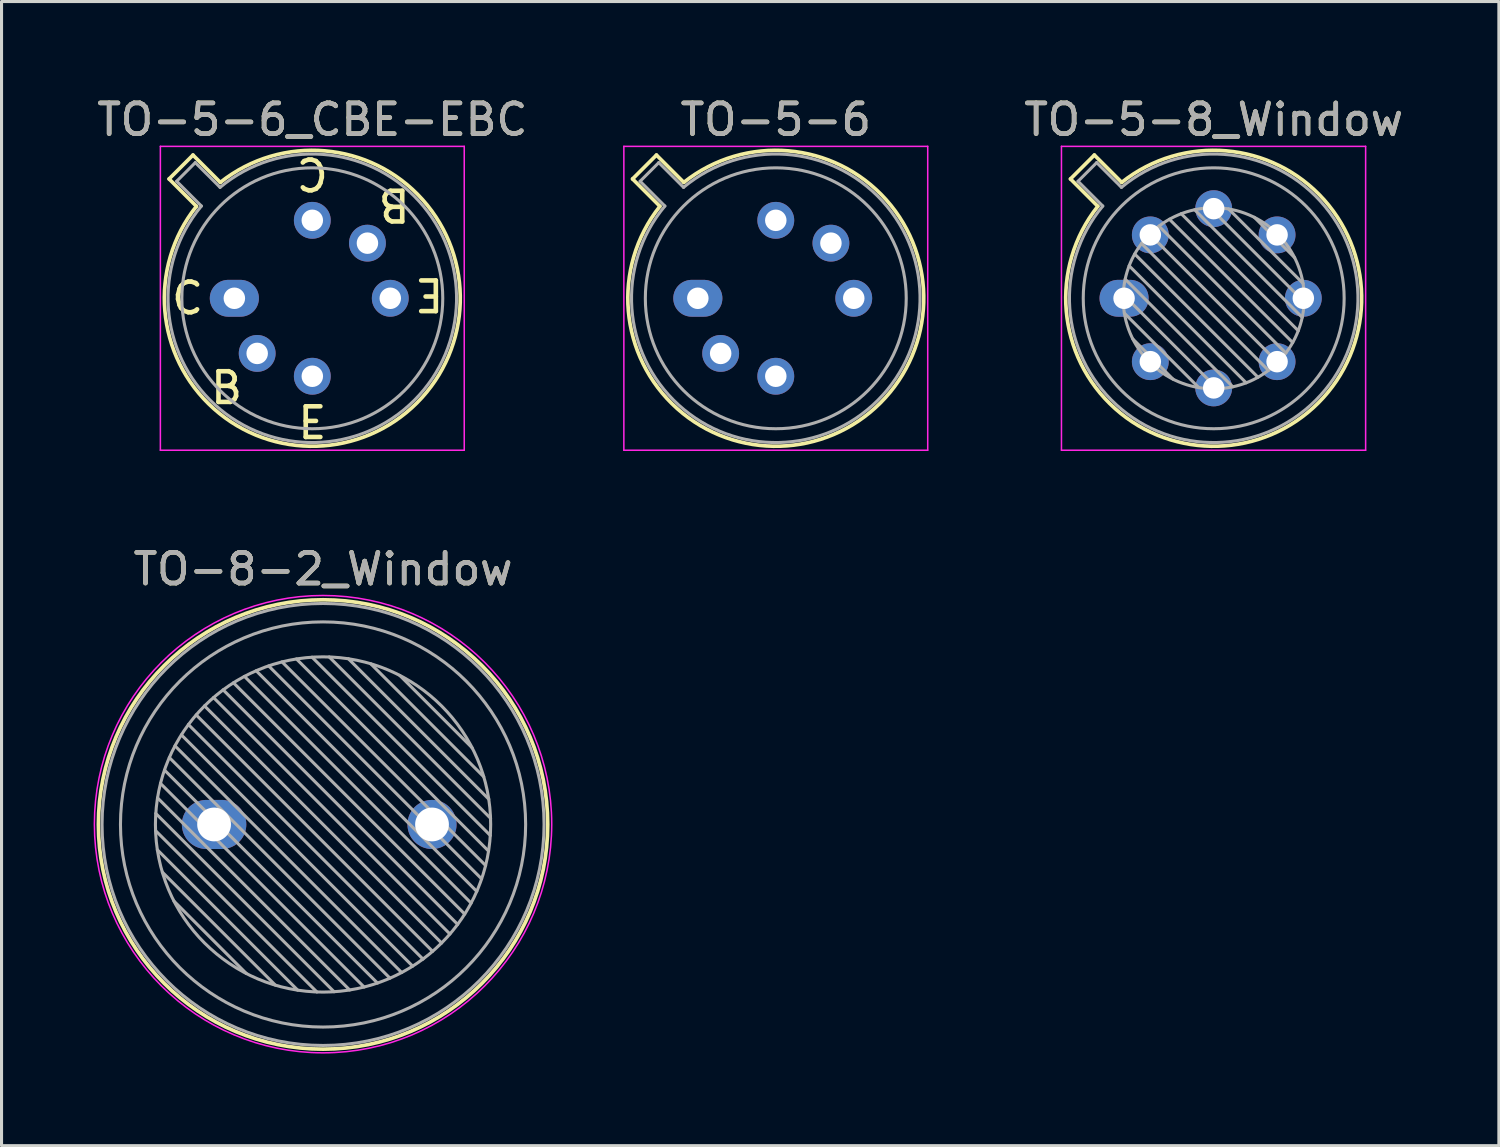
<source format=kicad_pcb>
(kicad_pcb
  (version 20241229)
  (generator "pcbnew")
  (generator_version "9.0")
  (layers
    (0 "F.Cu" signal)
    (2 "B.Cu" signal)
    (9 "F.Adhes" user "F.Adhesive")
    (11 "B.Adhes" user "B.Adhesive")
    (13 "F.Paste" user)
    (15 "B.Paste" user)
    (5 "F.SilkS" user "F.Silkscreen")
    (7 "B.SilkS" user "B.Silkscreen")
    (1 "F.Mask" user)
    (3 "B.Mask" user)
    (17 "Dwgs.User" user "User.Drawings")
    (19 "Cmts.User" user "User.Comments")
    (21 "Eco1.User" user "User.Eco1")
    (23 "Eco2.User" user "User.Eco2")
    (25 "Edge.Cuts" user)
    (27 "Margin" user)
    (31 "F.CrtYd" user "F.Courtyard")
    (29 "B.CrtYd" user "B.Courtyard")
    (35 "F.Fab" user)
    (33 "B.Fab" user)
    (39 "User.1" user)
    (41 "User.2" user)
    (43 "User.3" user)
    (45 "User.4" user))
  (footprint "TO-5-8_Window"
    (layer "F.Cu")
    (at 33.572 6.668)
    (property "Reference" "TO-5-8_Window" (at 2.92 -5.82 0) (layer "F.SilkS") (effects (font (size 1 1) (thickness 0.15))))
    (attr through_hole)
    (fp_line (start -1.746 -3.888) (end -0.855 -2.997) (stroke (width 0.12) (type solid)) (layer "F.SilkS"))
    (fp_line (start -0.968 -4.666) (end -1.746 -3.888) (stroke (width 0.12) (type solid)) (layer "F.SilkS"))
    (fp_line (start -0.077 -3.775) (end -0.968 -4.666) (stroke (width 0.12) (type solid)) (layer "F.SilkS"))
    (fp_arc (start -0.077084 -3.774902) (mid 6.328125 3.408384) (end -0.854674 -2.997371) (stroke (width 0.12) (type solid)) (layer "F.SilkS"))
    (fp_line (start -2.04 -4.95) (end -2.04 4.95) (stroke (width 0.05) (type solid)) (layer "F.CrtYd"))
    (fp_line (start -2.04 4.95) (end 7.87 4.95) (stroke (width 0.05) (type solid)) (layer "F.CrtYd"))
    (fp_line (start 7.87 -4.95) (end -2.04 -4.95) (stroke (width 0.05) (type solid)) (layer "F.CrtYd"))
    (fp_line (start 7.87 4.95) (end 7.87 -4.95) (stroke (width 0.05) (type solid)) (layer "F.CrtYd"))
    (fp_line (start -1.5 -3.812) (end -0.694 -3.005) (stroke (width 0.1) (type solid)) (layer "F.Fab"))
    (fp_line (start -0.892 -4.42) (end -1.5 -3.812) (stroke (width 0.1) (type solid)) (layer "F.Fab"))
    (fp_line (start -0.085 -3.614) (end -0.892 -4.42) (stroke (width 0.1) (type solid)) (layer "F.Fab"))
    (fp_line (start -0.028 -0.12) (end 3.04 2.948) (stroke (width 0.1) (type solid)) (layer "F.Fab"))
    (fp_line (start 0.009 0.485) (end 2.435 2.911) (stroke (width 0.1) (type solid)) (layer "F.Fab"))
    (fp_line (start 0.036 -0.622) (end 3.542 2.884) (stroke (width 0.1) (type solid)) (layer "F.Fab"))
    (fp_line (start 0.165 -1.058) (end 3.978 2.755) (stroke (width 0.1) (type solid)) (layer "F.Fab"))
    (fp_line (start 0.283 1.324) (end 1.596 2.637) (stroke (width 0.1) (type solid)) (layer "F.Fab"))
    (fp_line (start 0.346 -1.443) (end 4.363 2.574) (stroke (width 0.1) (type solid)) (layer "F.Fab"))
    (fp_line (start 0.57 -1.784) (end 4.704 2.35) (stroke (width 0.1) (type solid)) (layer "F.Fab"))
    (fp_line (start 0.834 -2.086) (end 5.006 2.086) (stroke (width 0.1) (type solid)) (layer "F.Fab"))
    (fp_line (start 1.136 -2.35) (end 5.27 1.784) (stroke (width 0.1) (type solid)) (layer "F.Fab"))
    (fp_line (start 1.477 -2.574) (end 5.494 1.443) (stroke (width 0.1) (type solid)) (layer "F.Fab"))
    (fp_line (start 1.862 -2.755) (end 5.675 1.058) (stroke (width 0.1) (type solid)) (layer "F.Fab"))
    (fp_line (start 2.298 -2.884) (end 5.804 0.622) (stroke (width 0.1) (type solid)) (layer "F.Fab"))
    (fp_line (start 2.8 -2.948) (end 5.868 0.12) (stroke (width 0.1) (type solid)) (layer "F.Fab"))
    (fp_line (start 3.405 -2.911) (end 5.831 -0.485) (stroke (width 0.1) (type solid)) (layer "F.Fab"))
    (fp_line (start 4.244 -2.637) (end 5.557 -1.324) (stroke (width 0.1) (type solid)) (layer "F.Fab"))
    (fp_arc (start -0.085408 -3.61352) (mid 6.243443 3.323361) (end -0.693594 -3.005319) (stroke (width 0.1) (type solid)) (layer "F.Fab"))
    (fp_circle (center 2.92 0) (end 5.87 0) (stroke (width 0.1) (type solid)) (fill no) (layer "F.Fab"))
    (fp_circle (center 2.92 0) (end 7.17 0) (stroke (width 0.1) (type solid)) (fill no) (layer "F.Fab"))
    (fp_text user "${REFERENCE}" (at 2.92 -5.82 0) (layer "F.Fab") (effects (font (size 1 1) (thickness 0.15))))
    (pad "1" thru_hole oval (at 0 0) (size 1.6 1.2) (drill 0.7) (layers "*.Cu" "*.Mask"))
    (pad "2" thru_hole oval (at 0.855 2.065) (size 1.2 1.2) (drill 0.7) (layers "*.Cu" "*.Mask"))
    (pad "3" thru_hole oval (at 2.92 2.92) (size 1.2 1.2) (drill 0.7) (layers "*.Cu" "*.Mask"))
    (pad "4" thru_hole oval (at 4.985 2.065) (size 1.2 1.2) (drill 0.7) (layers "*.Cu" "*.Mask"))
    (pad "5" thru_hole oval (at 5.84 0) (size 1.2 1.2) (drill 0.7) (layers "*.Cu" "*.Mask"))
    (pad "6" thru_hole oval (at 4.985 -2.065) (size 1.2 1.2) (drill 0.7) (layers "*.Cu" "*.Mask"))
    (pad "7" thru_hole oval (at 2.92 -2.92) (size 1.2 1.2) (drill 0.7) (layers "*.Cu" "*.Mask"))
    (pad "8" thru_hole oval (at 0.855 -2.065) (size 1.2 1.2) (drill 0.7) (layers "*.Cu" "*.Mask")))
  (footprint "TO-5-6_CBE-EBC"
    (layer "F.Cu")
    (at 4.585 6.668)
    (property "Reference" "TO-5-6_CBE-EBC" (at 2.54 -5.82 0) (layer "F.SilkS") (effects (font (size 1 1) (thickness 0.15))))
    (fp_line (start -2.126 -3.888) (end -1.235 -2.997) (stroke (width 0.12) (type solid)) (layer "F.SilkS"))
    (fp_line (start -1.348 -4.666) (end -2.126 -3.888) (stroke (width 0.12) (type solid)) (layer "F.SilkS"))
    (fp_line (start -0.457 -3.775) (end -1.348 -4.666) (stroke (width 0.12) (type solid)) (layer "F.SilkS"))
    (fp_arc (start -0.457084 -3.774902) (mid 5.948125 3.408384) (end -1.234674 -2.997371) (stroke (width 0.12) (type solid)) (layer "F.SilkS"))
    (fp_line (start -2.41 -4.95) (end -2.41 4.95) (stroke (width 0.05) (type solid)) (layer "F.CrtYd"))
    (fp_line (start -2.41 4.95) (end 7.49 4.95) (stroke (width 0.05) (type solid)) (layer "F.CrtYd"))
    (fp_line (start 7.49 -4.95) (end -2.41 -4.95) (stroke (width 0.05) (type solid)) (layer "F.CrtYd"))
    (fp_line (start 7.49 4.95) (end 7.49 -4.95) (stroke (width 0.05) (type solid)) (layer "F.CrtYd"))
    (fp_line (start -1.88 -3.812) (end -1.074 -3.005) (stroke (width 0.1) (type solid)) (layer "F.Fab"))
    (fp_line (start -1.272 -4.42) (end -1.88 -3.812) (stroke (width 0.1) (type solid)) (layer "F.Fab"))
    (fp_line (start -0.465 -3.614) (end -1.272 -4.42) (stroke (width 0.1) (type solid)) (layer "F.Fab"))
    (fp_arc (start -0.465408 -3.61352) (mid 5.863443 3.323361) (end -1.073594 -3.005319) (stroke (width 0.1) (type solid)) (layer "F.Fab"))
    (fp_circle (center 2.54 0) (end 6.79 0) (stroke (width 0.1) (type solid)) (fill no) (layer "F.Fab"))
    (fp_text user "E" (at 6.35 -0.127 180) (unlocked yes) (layer "F.SilkS") (effects (font (size 1 1) (thickness 0.15))))
    (fp_text user "B" (at -0.254 2.921 0) (unlocked yes) (layer "F.SilkS") (effects (font (size 1 1) (thickness 0.15))))
    (fp_text user "B" (at 5.207 -3.048 180) (unlocked yes) (layer "F.SilkS") (effects (font (size 1 1) (thickness 0.15))))
    (fp_text user "C" (at -1.524 0 0) (unlocked yes) (layer "F.SilkS") (effects (font (size 1 1) (thickness 0.15))))
    (fp_text user "E" (at 2.54 4.064 0) (unlocked yes) (layer "F.SilkS") (effects (font (size 1 1) (thickness 0.15))))
    (fp_text user "C" (at 2.54 -4.064 180) (unlocked yes) (layer "F.SilkS") (effects (font (size 1 1) (thickness 0.15))))
    (fp_text user "${REFERENCE}" (at 2.54 -5.82 0) (layer "F.Fab") (effects (font (size 1 1) (thickness 0.15))))
    (pad "1" thru_hole oval (at 0 0) (size 1.6 1.2) (drill 0.7) (layers "*.Cu" "*.Mask"))
    (pad "2" thru_hole oval (at 0.744 1.796) (size 1.2 1.2) (drill 0.7) (layers "*.Cu" "*.Mask"))
    (pad "3" thru_hole oval (at 2.54 2.54) (size 1.2 1.2) (drill 0.7) (layers "*.Cu" "*.Mask"))
    (pad "4" thru_hole oval (at 5.08 0) (size 1.2 1.2) (drill 0.7) (layers "*.Cu" "*.Mask"))
    (pad "5" thru_hole oval (at 4.336 -1.796) (size 1.2 1.2) (drill 0.7) (layers "*.Cu" "*.Mask"))
    (pad "6" thru_hole oval (at 2.54 -2.54) (size 1.2 1.2) (drill 0.7) (layers "*.Cu" "*.Mask")))
  (footprint "TO-8-2_Window"
    (layer "F.Cu")
    (at 3.925 23.811)
    (property "Reference" "TO-8-2_Window" (at 3.55 -8.32 0) (layer "F.SilkS") (effects (font (size 1 1) (thickness 0.15))))
    (attr through_hole)
    (fp_circle (center 3.55 0) (end 10.87 0) (stroke (width 0.12) (type solid)) (fill no) (layer "F.SilkS"))
    (fp_circle (center 3.55 -0.01) (end 11 -0.01) (stroke (width 0.05) (type solid)) (fill no) (layer "F.CrtYd"))
    (fp_line (start -1.908 0.2) (end 3.35 5.458) (stroke (width 0.1) (type solid)) (layer "F.Fab"))
    (fp_line (start -1.9 -0.359) (end 3.909 5.45) (stroke (width 0.1) (type solid)) (layer "F.Fab"))
    (fp_line (start -1.849 0.825) (end 2.725 5.399) (stroke (width 0.1) (type solid)) (layer "F.Fab"))
    (fp_line (start -1.842 -0.867) (end 4.417 5.392) (stroke (width 0.1) (type solid)) (layer "F.Fab"))
    (fp_line (start -1.746 -1.336) (end 4.886 5.296) (stroke (width 0.1) (type solid)) (layer "F.Fab"))
    (fp_line (start -1.686 1.553) (end 1.997 5.236) (stroke (width 0.1) (type solid)) (layer "F.Fab"))
    (fp_line (start -1.616 -1.772) (end 5.322 5.166) (stroke (width 0.1) (type solid)) (layer "F.Fab"))
    (fp_line (start -1.458 -2.18) (end 5.73 5.008) (stroke (width 0.1) (type solid)) (layer "F.Fab"))
    (fp_line (start -1.307 2.498) (end 1.052 4.857) (stroke (width 0.1) (type solid)) (layer "F.Fab"))
    (fp_line (start -1.274 -2.561) (end 6.111 4.824) (stroke (width 0.1) (type solid)) (layer "F.Fab"))
    (fp_line (start -1.066 -2.919) (end 6.469 4.616) (stroke (width 0.1) (type solid)) (layer "F.Fab"))
    (fp_line (start -0.836 -3.255) (end 6.805 4.386) (stroke (width 0.1) (type solid)) (layer "F.Fab"))
    (fp_line (start -0.584 -3.569) (end 7.119 4.134) (stroke (width 0.1) (type solid)) (layer "F.Fab"))
    (fp_line (start -0.312 -3.862) (end 7.412 3.862) (stroke (width 0.1) (type solid)) (layer "F.Fab"))
    (fp_line (start -0.019 -4.134) (end 7.684 3.569) (stroke (width 0.1) (type solid)) (layer "F.Fab"))
    (fp_line (start 0.295 -4.386) (end 7.936 3.255) (stroke (width 0.1) (type solid)) (layer "F.Fab"))
    (fp_line (start 0.631 -4.616) (end 8.166 2.919) (stroke (width 0.1) (type solid)) (layer "F.Fab"))
    (fp_line (start 0.989 -4.824) (end 8.374 2.561) (stroke (width 0.1) (type solid)) (layer "F.Fab"))
    (fp_line (start 1.37 -5.008) (end 8.558 2.18) (stroke (width 0.1) (type solid)) (layer "F.Fab"))
    (fp_line (start 1.778 -5.166) (end 8.716 1.772) (stroke (width 0.1) (type solid)) (layer "F.Fab"))
    (fp_line (start 2.214 -5.296) (end 8.846 1.336) (stroke (width 0.1) (type solid)) (layer "F.Fab"))
    (fp_line (start 2.683 -5.392) (end 8.942 0.867) (stroke (width 0.1) (type solid)) (layer "F.Fab"))
    (fp_line (start 3.191 -5.45) (end 9 0.359) (stroke (width 0.1) (type solid)) (layer "F.Fab"))
    (fp_line (start 3.75 -5.458) (end 9.008 -0.2) (stroke (width 0.1) (type solid)) (layer "F.Fab"))
    (fp_line (start 4.375 -5.399) (end 8.949 -0.825) (stroke (width 0.1) (type solid)) (layer "F.Fab"))
    (fp_line (start 5.103 -5.236) (end 8.786 -1.553) (stroke (width 0.1) (type solid)) (layer "F.Fab"))
    (fp_line (start 6.048 -4.857) (end 8.407 -2.498) (stroke (width 0.1) (type solid)) (layer "F.Fab"))
    (fp_circle (center 3.55 0) (end 9.011 0) (stroke (width 0.1) (type solid)) (fill no) (layer "F.Fab"))
    (fp_circle (center 3.55 0) (end 10.15 0) (stroke (width 0.1) (type solid)) (fill no) (layer "F.Fab"))
    (fp_circle (center 3.55 0) (end 10.75 0) (stroke (width 0.1) (type solid)) (fill no) (layer "F.Fab"))
    (fp_text user "${REFERENCE}" (at 3.55 -8.32 0) (layer "F.Fab") (effects (font (size 1 1) (thickness 0.15))))
    (pad "1" thru_hole oval (at 0 0) (size 2.1 1.6) (drill 1.1) (layers "*.Cu" "*.Mask"))
    (pad "2" thru_hole oval (at 7.1 0) (size 1.6 1.6) (drill 1.1) (layers "*.Cu" "*.Mask")))
  (footprint "TO-5-6"
    (layer "F.Cu")
    (at 19.685 6.668)
    (property "Reference" "TO-5-6" (at 2.54 -5.82 0) (layer "F.SilkS") (effects (font (size 1 1) (thickness 0.15))))
    (attr through_hole)
    (fp_line (start -2.126 -3.888) (end -1.235 -2.997) (stroke (width 0.12) (type solid)) (layer "F.SilkS"))
    (fp_line (start -1.348 -4.666) (end -2.126 -3.888) (stroke (width 0.12) (type solid)) (layer "F.SilkS"))
    (fp_line (start -0.457 -3.775) (end -1.348 -4.666) (stroke (width 0.12) (type solid)) (layer "F.SilkS"))
    (fp_arc (start -0.457084 -3.774902) (mid 5.948125 3.408384) (end -1.234674 -2.997371) (stroke (width 0.12) (type solid)) (layer "F.SilkS"))
    (fp_line (start -2.41 -4.95) (end -2.41 4.95) (stroke (width 0.05) (type solid)) (layer "F.CrtYd"))
    (fp_line (start -2.41 4.95) (end 7.49 4.95) (stroke (width 0.05) (type solid)) (layer "F.CrtYd"))
    (fp_line (start 7.49 -4.95) (end -2.41 -4.95) (stroke (width 0.05) (type solid)) (layer "F.CrtYd"))
    (fp_line (start 7.49 4.95) (end 7.49 -4.95) (stroke (width 0.05) (type solid)) (layer "F.CrtYd"))
    (fp_line (start -1.88 -3.812) (end -1.074 -3.005) (stroke (width 0.1) (type solid)) (layer "F.Fab"))
    (fp_line (start -1.272 -4.42) (end -1.88 -3.812) (stroke (width 0.1) (type solid)) (layer "F.Fab"))
    (fp_line (start -0.465 -3.614) (end -1.272 -4.42) (stroke (width 0.1) (type solid)) (layer "F.Fab"))
    (fp_arc (start -0.465408 -3.61352) (mid 5.863443 3.323361) (end -1.073594 -3.005319) (stroke (width 0.1) (type solid)) (layer "F.Fab"))
    (fp_circle (center 2.54 0) (end 6.79 0) (stroke (width 0.1) (type solid)) (fill no) (layer "F.Fab"))
    (fp_text user "${REFERENCE}" (at 2.54 -5.82 0) (layer "F.Fab") (effects (font (size 1 1) (thickness 0.15))))
    (pad "1" thru_hole oval (at 0 0) (size 1.6 1.2) (drill 0.7) (layers "*.Cu" "*.Mask"))
    (pad "2" thru_hole oval (at 0.744 1.796) (size 1.2 1.2) (drill 0.7) (layers "*.Cu" "*.Mask"))
    (pad "3" thru_hole oval (at 2.54 2.54) (size 1.2 1.2) (drill 0.7) (layers "*.Cu" "*.Mask"))
    (pad "4" thru_hole oval (at 5.08 0) (size 1.2 1.2) (drill 0.7) (layers "*.Cu" "*.Mask"))
    (pad "5" thru_hole oval (at 4.336 -1.796) (size 1.2 1.2) (drill 0.7) (layers "*.Cu" "*.Mask"))
    (pad "6" thru_hole oval (at 2.54 -2.54) (size 1.2 1.2) (drill 0.7) (layers "*.Cu" "*.Mask")))
  (gr_rect
    (start -3 -3)
    (end 45.783 34.276)
    (stroke (width 0.1) (type default))
    (fill no)
    (layer "Edge.Cuts")))
</source>
